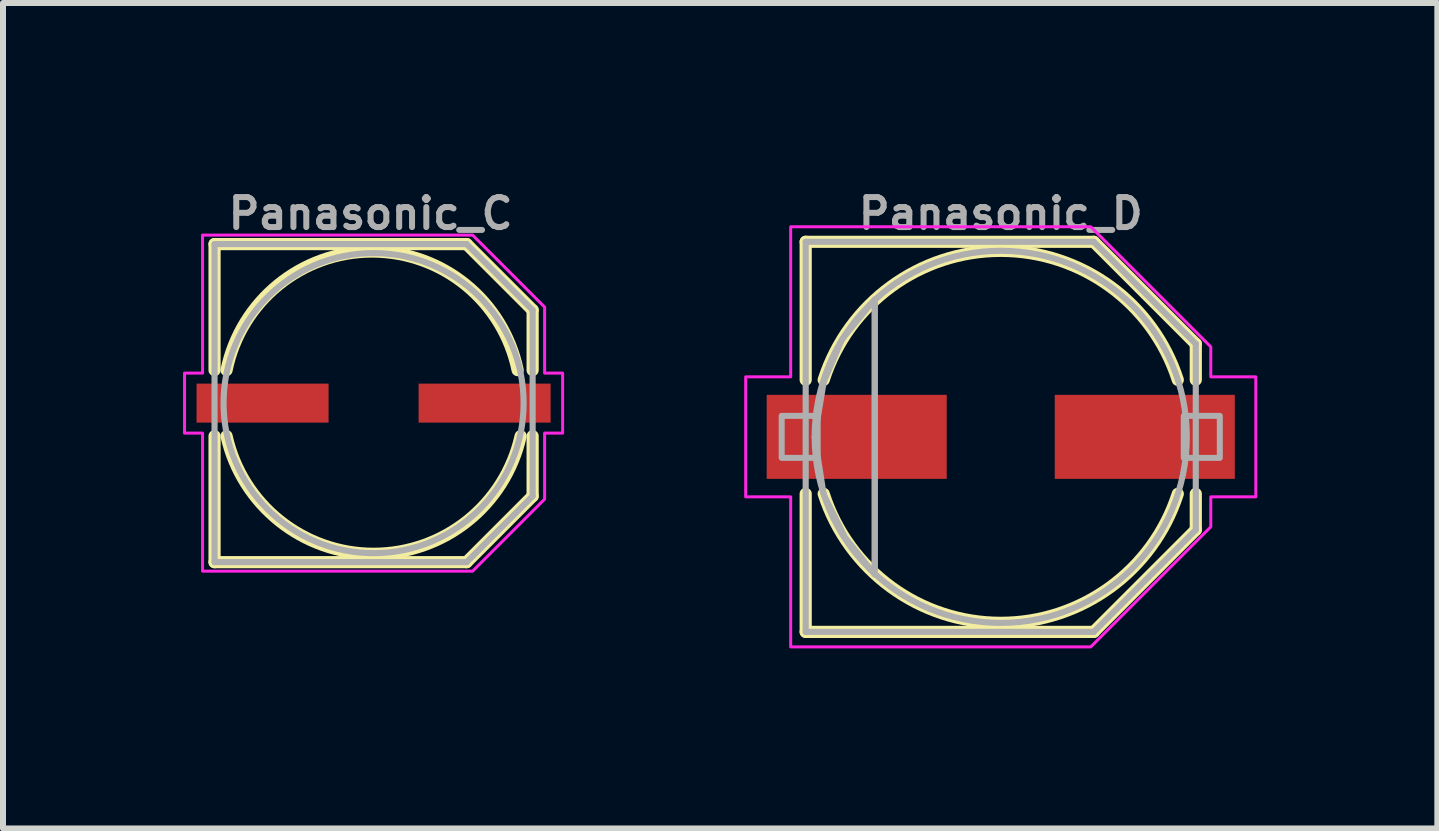
<source format=kicad_pcb>
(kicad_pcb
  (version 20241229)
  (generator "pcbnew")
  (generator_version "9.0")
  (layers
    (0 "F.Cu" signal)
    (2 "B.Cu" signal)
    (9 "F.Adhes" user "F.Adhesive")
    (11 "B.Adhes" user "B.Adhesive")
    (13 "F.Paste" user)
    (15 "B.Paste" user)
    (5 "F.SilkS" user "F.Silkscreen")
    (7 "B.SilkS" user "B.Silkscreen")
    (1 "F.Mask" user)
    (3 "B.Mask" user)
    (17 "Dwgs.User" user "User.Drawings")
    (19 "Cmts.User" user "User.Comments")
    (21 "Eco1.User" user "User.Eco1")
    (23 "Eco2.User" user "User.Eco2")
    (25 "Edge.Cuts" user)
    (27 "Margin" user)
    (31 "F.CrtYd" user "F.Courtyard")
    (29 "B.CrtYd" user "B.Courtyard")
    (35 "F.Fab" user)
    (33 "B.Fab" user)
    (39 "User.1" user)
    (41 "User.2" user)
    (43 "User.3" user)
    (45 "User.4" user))
  (footprint "Panasonic_C"
    (layer "F.Cu")
    (at 3.125 3.667)
    (property "Reference" "Panasonic_C" (at 0 -2.867 0) (layer "F.Fab") (effects (font (size 0.5 0.5) (thickness 0.1) (bold yes)) (justify bottom)))
    (attr smd)
    (fp_line (start -2.6 -2.65) (end -2.6 -0.55) (stroke (width 0.203) (type solid)) (layer "F.SilkS"))
    (fp_line (start -2.6 -2.65) (end 1.6 -2.65) (stroke (width 0.203) (type solid)) (layer "F.SilkS"))
    (fp_line (start -2.6 2.65) (end -2.6 0.55) (stroke (width 0.203) (type solid)) (layer "F.SilkS"))
    (fp_line (start 1.6 -2.65) (end 2.7 -1.55) (stroke (width 0.203) (type solid)) (layer "F.SilkS"))
    (fp_line (start 1.6 2.65) (end -2.6 2.65) (stroke (width 0.203) (type solid)) (layer "F.SilkS"))
    (fp_line (start 2.7 -1.55) (end 2.7 -0.55) (stroke (width 0.203) (type solid)) (layer "F.SilkS"))
    (fp_line (start 2.7 1.55) (end 1.6 2.65) (stroke (width 0.203) (type solid)) (layer "F.SilkS"))
    (fp_line (start 2.7 1.55) (end 2.7 0.55) (stroke (width 0.203) (type solid)) (layer "F.SilkS"))
    (fp_arc (start -2.4 -0.55) (mid 0.024999 -2.52601) (end 2.449999 -0.55) (stroke (width 0.2032) (type solid)) (layer "F.SilkS"))
    (fp_arc (start 2.5 0.55) (mid 0.049999 2.510977) (end -2.400001 0.55) (stroke (width 0.2032) (type solid)) (layer "F.SilkS"))
    (fp_poly (pts (xy -3.1 -0.5) (xy -2.8 -0.5) (xy -2.8 -2.8) (xy 1.7 -2.8) (xy 2.9 -1.6) (xy 2.9 -0.5) (xy 3.2 -0.5) (xy 3.2 0.5) (xy 2.9 0.5) (xy 2.9 1.6) (xy 1.7 2.8) (xy -2.8 2.8) (xy -2.8 0.5) (xy -3.1 0.5)) (stroke (width 0.05) (type solid)) (fill no) (layer "F.CrtYd"))
    (fp_line (start -2.6 -2.65) (end -2.6 2.65) (stroke (width 0.102) (type solid)) (layer "F.Fab"))
    (fp_line (start -2.6 -2.65) (end 1.6 -2.65) (stroke (width 0.102) (type solid)) (layer "F.Fab"))
    (fp_line (start 1.6 -2.65) (end 2.7 -1.55) (stroke (width 0.102) (type solid)) (layer "F.Fab"))
    (fp_line (start 1.6 2.65) (end -2.6 2.65) (stroke (width 0.102) (type solid)) (layer "F.Fab"))
    (fp_line (start 2.7 -1.55) (end 2.7 1.55) (stroke (width 0.102) (type solid)) (layer "F.Fab"))
    (fp_line (start 2.7 1.55) (end 1.6 2.65) (stroke (width 0.102) (type solid)) (layer "F.Fab"))
    (fp_circle (center 0.05 0) (end 2.55 0) (stroke (width 0.102) (type solid)) (fill no) (layer "F.Fab"))
    (pad "1" smd rect (at 1.9 0) (size 2.2 0.65) (layers "F.Cu" "F.Mask" "F.Paste"))
    (pad "2" smd rect (at -1.8 0) (size 2.2 0.65) (layers "F.Cu" "F.Mask" "F.Paste")))
  (footprint "Panasonic_D"
    (layer "F.Cu")
    (at 13.625 4.229)
    (property "Reference" "Panasonic_D" (at 0 -3.429 0) (layer "F.Fab") (effects (font (size 0.5 0.5) (thickness 0.1) (bold yes)) (justify bottom)))
    (attr smd)
    (fp_line (start -3.25 -3.25) (end 1.55 -3.25) (stroke (width 0.203) (type solid)) (layer "F.SilkS"))
    (fp_line (start -3.25 -0.95) (end -3.25 -3.25) (stroke (width 0.203) (type solid)) (layer "F.SilkS"))
    (fp_line (start -3.25 3.25) (end -3.25 0.95) (stroke (width 0.203) (type solid)) (layer "F.SilkS"))
    (fp_line (start 1.55 -3.25) (end 3.25 -1.55) (stroke (width 0.203) (type solid)) (layer "F.SilkS"))
    (fp_line (start 1.55 3.25) (end -3.25 3.25) (stroke (width 0.203) (type solid)) (layer "F.SilkS"))
    (fp_line (start 3.25 -1.55) (end 3.25 -0.95) (stroke (width 0.203) (type solid)) (layer "F.SilkS"))
    (fp_line (start 3.25 0.95) (end 3.25 1.55) (stroke (width 0.203) (type solid)) (layer "F.SilkS"))
    (fp_line (start 3.25 1.55) (end 1.55 3.25) (stroke (width 0.203) (type solid)) (layer "F.SilkS"))
    (fp_arc (start -2.95 -0.95) (mid 0 -3.099193) (end 2.95 -0.95) (stroke (width 0.2032) (type solid)) (layer "F.SilkS"))
    (fp_arc (start 2.95 0.95) (mid 0 3.099193) (end -2.95 0.95) (stroke (width 0.2032) (type solid)) (layer "F.SilkS"))
    (fp_poly (pts (xy -4.25 -1) (xy -4.25 1) (xy -3.5 1) (xy -3.5 3.5) (xy 1.5 3.5) (xy 3.5 1.5) (xy 3.5 1) (xy 4.25 1) (xy 4.25 -1) (xy 3.5 -1) (xy 3.5 -1.5) (xy 1.5 -3.5) (xy -3.5 -3.5) (xy -3.5 -1)) (stroke (width 0.05) (type solid)) (fill no) (layer "F.CrtYd"))
    (fp_line (start -3.25 -3.25) (end 1.55 -3.25) (stroke (width 0.102) (type solid)) (layer "F.Fab"))
    (fp_line (start -3.25 3.25) (end -3.25 -3.25) (stroke (width 0.102) (type solid)) (layer "F.Fab"))
    (fp_line (start -2.1 -2.25) (end -2.1 2.2) (stroke (width 0.102) (type solid)) (layer "F.Fab"))
    (fp_line (start 1.55 -3.25) (end 3.25 -1.55) (stroke (width 0.102) (type solid)) (layer "F.Fab"))
    (fp_line (start 1.55 3.25) (end -3.25 3.25) (stroke (width 0.102) (type solid)) (layer "F.Fab"))
    (fp_line (start 3.25 -1.55) (end 3.25 1.55) (stroke (width 0.102) (type solid)) (layer "F.Fab"))
    (fp_line (start 3.25 1.55) (end 1.55 3.25) (stroke (width 0.102) (type solid)) (layer "F.Fab"))
    (fp_circle (center 0 0) (end 3.1 0) (stroke (width 0.102) (type solid)) (fill no) (layer "F.Fab"))
    (fp_poly (pts (xy -3.65 0.35) (xy -3.05 0.35) (xy -3.05 -0.35) (xy -3.65 -0.35)) (stroke (width 0.1) (type default)) (fill no) (layer "F.Fab"))
    (fp_poly (pts (xy 3.05 0.35) (xy 3.65 0.35) (xy 3.65 -0.35) (xy 3.05 -0.35)) (stroke (width 0.1) (type default)) (fill no) (layer "F.Fab"))
    (fp_poly (pts (xy -2.099 2.295) (xy -2.593 1.678) (xy -2.949 0.966) (xy -3.101 -0.00022) (xy -2.949 -0.914) (xy -2.644 -1.627) (xy -2.099 -2.292)) (stroke (width 0.1) (type default)) (fill no) (layer "F.Fab"))
    (pad "1" smd rect (at 2.4 0) (size 3 1.4) (layers "F.Cu" "F.Mask" "F.Paste"))
    (pad "2" smd rect (at -2.4 0) (size 3 1.4) (layers "F.Cu" "F.Mask" "F.Paste")))
  (gr_rect
    (start -3 -3)
    (end 20.9 10.754)
    (stroke (width 0.1) (type default))
    (fill no)
    (layer "Edge.Cuts")))
</source>
